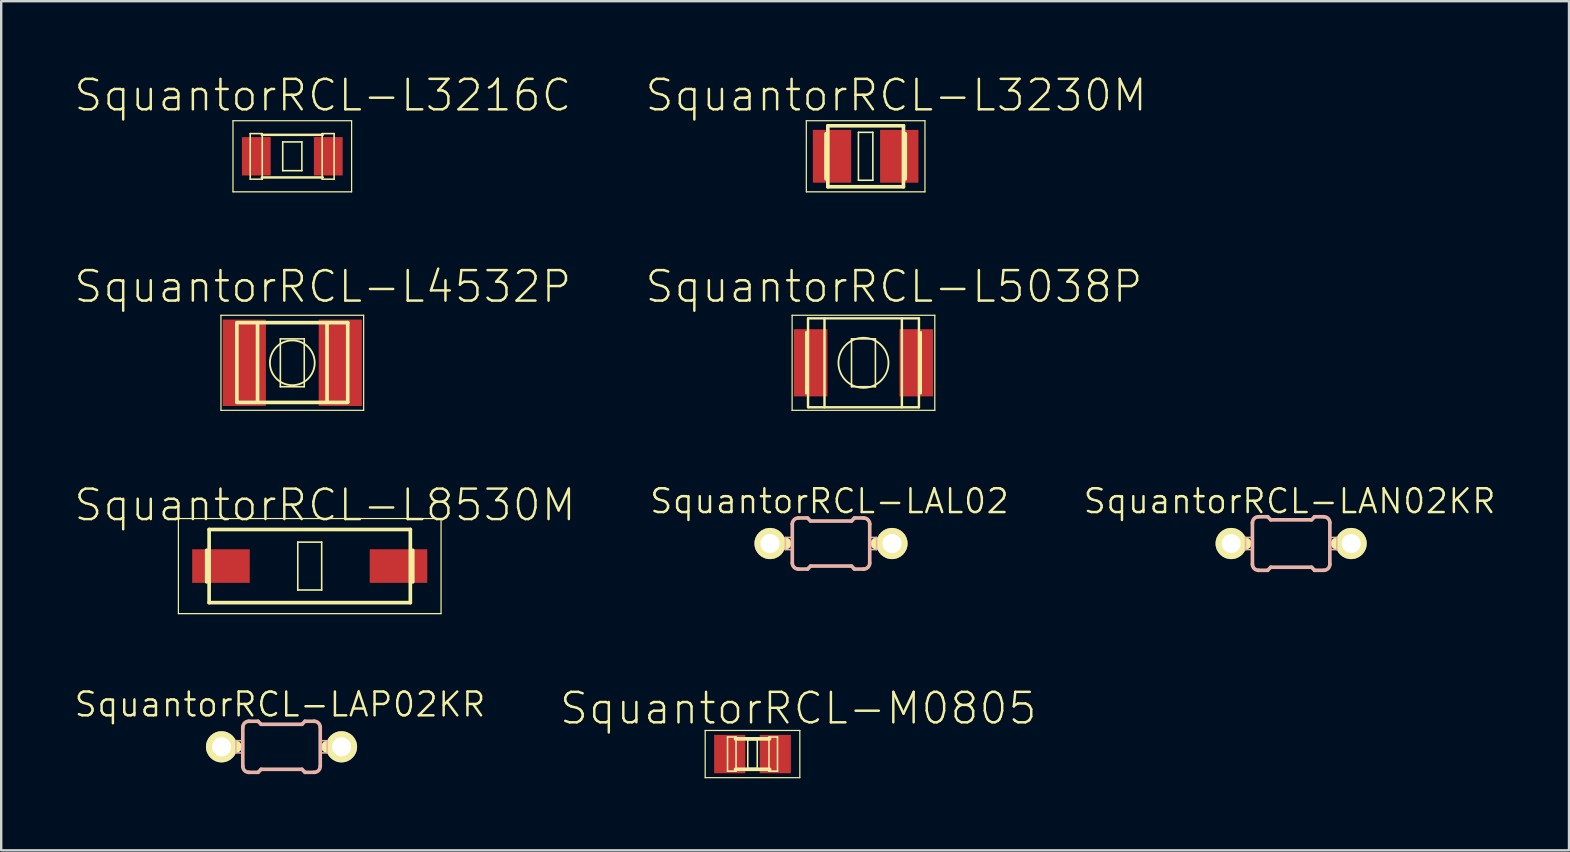
<source format=kicad_pcb>
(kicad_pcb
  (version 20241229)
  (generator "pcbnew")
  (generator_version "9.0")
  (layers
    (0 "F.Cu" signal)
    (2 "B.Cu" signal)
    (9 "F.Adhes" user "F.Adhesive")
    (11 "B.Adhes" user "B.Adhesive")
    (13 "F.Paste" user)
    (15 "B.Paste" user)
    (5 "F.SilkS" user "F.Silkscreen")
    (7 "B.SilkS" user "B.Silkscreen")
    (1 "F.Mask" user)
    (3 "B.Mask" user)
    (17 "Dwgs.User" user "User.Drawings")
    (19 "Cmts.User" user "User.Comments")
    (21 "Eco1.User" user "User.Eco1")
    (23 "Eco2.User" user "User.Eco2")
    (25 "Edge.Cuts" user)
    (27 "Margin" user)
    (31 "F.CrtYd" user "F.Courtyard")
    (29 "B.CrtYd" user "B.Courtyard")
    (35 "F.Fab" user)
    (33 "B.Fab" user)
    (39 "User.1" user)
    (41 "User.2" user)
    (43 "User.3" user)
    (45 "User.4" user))
  (footprint "SquantorRCL-L3230M"
    (layer "F.Cu")
    (at 33.012 3.461)
    (property "Reference" "SquantorRCL-L3230M" (at 1.27 -2.54 0) (layer "F.SilkS") (effects (font (size 1.27 1.27) (thickness 0.102))))
    (attr smd)
    (fp_line (start -2.471 -1.481) (end 2.471 -1.481) (stroke (width 0.051) (type solid)) (layer "F.SilkS"))
    (fp_line (start -2.471 1.481) (end -2.471 -1.481) (stroke (width 0.051) (type solid)) (layer "F.SilkS"))
    (fp_line (start -1.651 -0.94) (end -1.651 0.94) (stroke (width 0.152) (type solid)) (layer "F.SilkS"))
    (fp_line (start -1.575 -1.27) (end 1.575 -1.27) (stroke (width 0.152) (type solid)) (layer "F.SilkS"))
    (fp_line (start -1.575 1.27) (end -1.575 -1.27) (stroke (width 0.152) (type solid)) (layer "F.SilkS"))
    (fp_line (start -0.3 -0.998) (end 0.3 -0.998) (stroke (width 0.066) (type solid)) (layer "F.SilkS"))
    (fp_line (start -0.3 0.998) (end -0.3 -0.998) (stroke (width 0.066) (type solid)) (layer "F.SilkS"))
    (fp_line (start -0.3 0.998) (end 0.3 0.998) (stroke (width 0.066) (type solid)) (layer "F.SilkS"))
    (fp_line (start 0.3 0.998) (end 0.3 -0.998) (stroke (width 0.066) (type solid)) (layer "F.SilkS"))
    (fp_line (start 1.575 -1.27) (end 1.575 1.27) (stroke (width 0.152) (type solid)) (layer "F.SilkS"))
    (fp_line (start 1.575 1.27) (end -1.575 1.27) (stroke (width 0.152) (type solid)) (layer "F.SilkS"))
    (fp_line (start 1.651 -0.94) (end 1.651 0.94) (stroke (width 0.152) (type solid)) (layer "F.SilkS"))
    (fp_line (start 2.471 -1.481) (end 2.471 1.481) (stroke (width 0.051) (type solid)) (layer "F.SilkS"))
    (fp_line (start 2.471 1.481) (end -2.471 1.481) (stroke (width 0.051) (type solid)) (layer "F.SilkS"))
    (pad "1" smd rect (at -1.4 0) (size 1.598 2.2) (layers "F.Cu" "F.Mask" "F.Paste"))
    (pad "2" smd rect (at 1.4 0) (size 1.598 2.2) (layers "F.Cu" "F.Mask" "F.Paste")))
  (footprint "SquantorRCL-L3216C"
    (layer "F.Cu")
    (at 9.127 3.461)
    (property "Reference" "SquantorRCL-L3216C" (at 1.27 -2.54 0) (layer "F.SilkS") (effects (font (size 1.27 1.27) (thickness 0.102))))
    (attr smd)
    (fp_line (start -2.471 -1.481) (end 2.471 -1.481) (stroke (width 0.051) (type solid)) (layer "F.SilkS"))
    (fp_line (start -2.471 1.481) (end -2.471 -1.481) (stroke (width 0.051) (type solid)) (layer "F.SilkS"))
    (fp_line (start -1.753 -0.945) (end -1.252 -0.945) (stroke (width 0.066) (type solid)) (layer "F.SilkS"))
    (fp_line (start -1.753 0.953) (end -1.753 -0.945) (stroke (width 0.066) (type solid)) (layer "F.SilkS"))
    (fp_line (start -1.753 0.953) (end -1.252 0.953) (stroke (width 0.066) (type solid)) (layer "F.SilkS"))
    (fp_line (start -1.27 -0.894) (end 1.27 -0.894) (stroke (width 0.102) (type solid)) (layer "F.SilkS"))
    (fp_line (start -1.27 0.881) (end 1.27 0.881) (stroke (width 0.102) (type solid)) (layer "F.SilkS"))
    (fp_line (start -1.252 0.953) (end -1.252 -0.945) (stroke (width 0.066) (type solid)) (layer "F.SilkS"))
    (fp_line (start -0.399 -0.599) (end 0.399 -0.599) (stroke (width 0.066) (type solid)) (layer "F.SilkS"))
    (fp_line (start -0.399 0.599) (end -0.399 -0.599) (stroke (width 0.066) (type solid)) (layer "F.SilkS"))
    (fp_line (start -0.399 0.599) (end 0.399 0.599) (stroke (width 0.066) (type solid)) (layer "F.SilkS"))
    (fp_line (start 0.399 0.599) (end 0.399 -0.599) (stroke (width 0.066) (type solid)) (layer "F.SilkS"))
    (fp_line (start 1.245 -0.945) (end 1.742 -0.945) (stroke (width 0.066) (type solid)) (layer "F.SilkS"))
    (fp_line (start 1.245 0.953) (end 1.245 -0.945) (stroke (width 0.066) (type solid)) (layer "F.SilkS"))
    (fp_line (start 1.245 0.953) (end 1.742 0.953) (stroke (width 0.066) (type solid)) (layer "F.SilkS"))
    (fp_line (start 1.742 0.953) (end 1.742 -0.945) (stroke (width 0.066) (type solid)) (layer "F.SilkS"))
    (fp_line (start 2.471 -1.481) (end 2.471 1.481) (stroke (width 0.051) (type solid)) (layer "F.SilkS"))
    (fp_line (start 2.471 1.481) (end -2.471 1.481) (stroke (width 0.051) (type solid)) (layer "F.SilkS"))
    (pad "1" smd rect (at -1.499 0) (size 1.199 1.598) (layers "F.Cu" "F.Mask" "F.Paste"))
    (pad "2" smd rect (at 1.499 0) (size 1.199 1.598) (layers "F.Cu" "F.Mask" "F.Paste")))
  (footprint "SquantorRCL-L4532P"
    (layer "F.Cu")
    (at 9.127 12.064)
    (property "Reference" "SquantorRCL-L4532P" (at 1.27 -3.175 0) (layer "F.SilkS") (effects (font (size 1.27 1.27) (thickness 0.102))))
    (attr smd)
    (fp_line (start -2.972 -1.981) (end 2.972 -1.981) (stroke (width 0.051) (type solid)) (layer "F.SilkS"))
    (fp_line (start -2.972 1.981) (end -2.972 -1.981) (stroke (width 0.051) (type solid)) (layer "F.SilkS"))
    (fp_line (start -2.309 -1.674) (end 2.309 -1.674) (stroke (width 0.152) (type solid)) (layer "F.SilkS"))
    (fp_line (start -2.309 -1.626) (end -2.309 1.626) (stroke (width 0.152) (type solid)) (layer "F.SilkS"))
    (fp_line (start -2.309 1.651) (end 2.309 1.651) (stroke (width 0.152) (type solid)) (layer "F.SilkS"))
    (fp_line (start -1.448 -1.651) (end -1.448 1.626) (stroke (width 0.152) (type solid)) (layer "F.SilkS"))
    (fp_line (start -0.498 -0.998) (end 0.498 -0.998) (stroke (width 0.066) (type solid)) (layer "F.SilkS"))
    (fp_line (start -0.498 0.998) (end -0.498 -0.998) (stroke (width 0.066) (type solid)) (layer "F.SilkS"))
    (fp_line (start -0.498 0.998) (end 0.498 0.998) (stroke (width 0.066) (type solid)) (layer "F.SilkS"))
    (fp_line (start 0.498 0.998) (end 0.498 -0.998) (stroke (width 0.066) (type solid)) (layer "F.SilkS"))
    (fp_line (start 1.448 -1.626) (end 1.448 1.626) (stroke (width 0.152) (type solid)) (layer "F.SilkS"))
    (fp_line (start 2.309 -1.674) (end 2.309 1.626) (stroke (width 0.152) (type solid)) (layer "F.SilkS"))
    (fp_line (start 2.972 -1.981) (end 2.972 1.981) (stroke (width 0.051) (type solid)) (layer "F.SilkS"))
    (fp_line (start 2.972 1.981) (end -2.972 1.981) (stroke (width 0.051) (type solid)) (layer "F.SilkS"))
    (fp_circle (center 0 0) (end -0.66 0.66) (stroke (width 0.076) (type solid)) (fill no) (layer "F.SilkS"))
    (pad "1" smd rect (at -1.999 0) (size 1.798 3.599) (layers "F.Cu" "F.Mask" "F.Paste"))
    (pad "2" smd rect (at 1.999 0) (size 1.798 3.599) (layers "F.Cu" "F.Mask" "F.Paste")))
  (footprint "SquantorRCL-M0805"
    (layer "F.Cu")
    (at 28.299 28.364)
    (property "Reference" "SquantorRCL-M0805" (at 1.905 -1.905 0) (layer "F.SilkS") (effects (font (size 1.27 1.27) (thickness 0.102))))
    (attr smd)
    (fp_line (start -1.971 -0.983) (end 1.971 -0.983) (stroke (width 0.051) (type solid)) (layer "F.SilkS"))
    (fp_line (start -1.971 0.983) (end -1.971 -0.983) (stroke (width 0.051) (type solid)) (layer "F.SilkS"))
    (fp_line (start -1.041 -0.711) (end -0.686 -0.711) (stroke (width 0.066) (type solid)) (layer "F.SilkS"))
    (fp_line (start -1.041 0.711) (end -1.041 -0.711) (stroke (width 0.066) (type solid)) (layer "F.SilkS"))
    (fp_line (start -1.041 0.711) (end -0.686 0.711) (stroke (width 0.066) (type solid)) (layer "F.SilkS"))
    (fp_line (start -0.686 0.711) (end -0.686 -0.711) (stroke (width 0.066) (type solid)) (layer "F.SilkS"))
    (fp_line (start -0.198 -0.599) (end 0.198 -0.599) (stroke (width 0.066) (type solid)) (layer "F.SilkS"))
    (fp_line (start -0.198 0.599) (end -0.198 -0.599) (stroke (width 0.066) (type solid)) (layer "F.SilkS"))
    (fp_line (start -0.198 0.599) (end 0.198 0.599) (stroke (width 0.066) (type solid)) (layer "F.SilkS"))
    (fp_line (start 0.198 0.599) (end 0.198 -0.599) (stroke (width 0.066) (type solid)) (layer "F.SilkS"))
    (fp_line (start 0.686 -0.711) (end 1.041 -0.711) (stroke (width 0.066) (type solid)) (layer "F.SilkS"))
    (fp_line (start 0.686 0.711) (end 0.686 -0.711) (stroke (width 0.066) (type solid)) (layer "F.SilkS"))
    (fp_line (start 0.686 0.711) (end 1.041 0.711) (stroke (width 0.066) (type solid)) (layer "F.SilkS"))
    (fp_line (start 0.711 -0.635) (end -0.711 -0.635) (stroke (width 0.152) (type solid)) (layer "F.SilkS"))
    (fp_line (start 0.711 0.635) (end -0.711 0.635) (stroke (width 0.152) (type solid)) (layer "F.SilkS"))
    (fp_line (start 1.041 0.711) (end 1.041 -0.711) (stroke (width 0.066) (type solid)) (layer "F.SilkS"))
    (fp_line (start 1.971 -0.983) (end 1.971 0.983) (stroke (width 0.051) (type solid)) (layer "F.SilkS"))
    (fp_line (start 1.971 0.983) (end -1.971 0.983) (stroke (width 0.051) (type solid)) (layer "F.SilkS"))
    (pad "1" smd rect (at -0.95 0) (size 1.298 1.598) (layers "F.Cu" "F.Mask" "F.Paste"))
    (pad "2" smd rect (at 0.95 0) (size 1.298 1.598) (layers "F.Cu" "F.Mask" "F.Paste")))
  (footprint "SquantorRCL-LAN02KR"
    (layer "F.Cu")
    (at 50.738 19.593)
    (property "Reference" "SquantorRCL-LAN02KR" (at -0.064 -1.765 0) (layer "F.SilkS") (effects (font (size 0.991 0.991) (thickness 0.102))))
    (attr exclude_from_pos_files exclude_from_bom)
    (fp_line (start -2.499 0) (end -1.905 0) (stroke (width 0.508) (type solid)) (layer "F.SilkS"))
    (fp_line (start 2.499 0) (end 1.905 0) (stroke (width 0.508) (type solid)) (layer "F.SilkS"))
    (fp_line (start -1.9 -0.254) (end -1.613 -0.254) (stroke (width 0.066) (type solid)) (layer "B.SilkS"))
    (fp_line (start -1.9 0.254) (end -1.9 -0.254) (stroke (width 0.066) (type solid)) (layer "B.SilkS"))
    (fp_line (start -1.9 0.254) (end -1.613 0.254) (stroke (width 0.066) (type solid)) (layer "B.SilkS"))
    (fp_line (start -1.613 0.254) (end -1.613 -0.254) (stroke (width 0.066) (type solid)) (layer "B.SilkS"))
    (fp_line (start -1.613 0.861) (end -1.613 -0.861) (stroke (width 0.152) (type solid)) (layer "B.SilkS"))
    (fp_line (start -1.359 -1.115) (end -0.978 -1.115) (stroke (width 0.152) (type solid)) (layer "B.SilkS"))
    (fp_line (start -1.359 1.115) (end -0.978 1.115) (stroke (width 0.152) (type solid)) (layer "B.SilkS"))
    (fp_line (start -0.851 -0.988) (end -0.978 -1.115) (stroke (width 0.152) (type solid)) (layer "B.SilkS"))
    (fp_line (start -0.851 0.988) (end -0.978 1.115) (stroke (width 0.152) (type solid)) (layer "B.SilkS"))
    (fp_line (start 0.851 -0.988) (end -0.851 -0.988) (stroke (width 0.152) (type solid)) (layer "B.SilkS"))
    (fp_line (start 0.851 -0.988) (end 0.978 -1.115) (stroke (width 0.152) (type solid)) (layer "B.SilkS"))
    (fp_line (start 0.851 0.988) (end -0.851 0.988) (stroke (width 0.152) (type solid)) (layer "B.SilkS"))
    (fp_line (start 0.851 0.988) (end 0.978 1.115) (stroke (width 0.152) (type solid)) (layer "B.SilkS"))
    (fp_line (start 1.359 -1.115) (end 0.978 -1.115) (stroke (width 0.152) (type solid)) (layer "B.SilkS"))
    (fp_line (start 1.359 1.115) (end 0.978 1.115) (stroke (width 0.152) (type solid)) (layer "B.SilkS"))
    (fp_line (start 1.613 -0.254) (end 1.9 -0.254) (stroke (width 0.066) (type solid)) (layer "B.SilkS"))
    (fp_line (start 1.613 0.254) (end 1.613 -0.254) (stroke (width 0.066) (type solid)) (layer "B.SilkS"))
    (fp_line (start 1.613 0.254) (end 1.9 0.254) (stroke (width 0.066) (type solid)) (layer "B.SilkS"))
    (fp_line (start 1.613 0.861) (end 1.613 -0.861) (stroke (width 0.152) (type solid)) (layer "B.SilkS"))
    (fp_line (start 1.9 0.254) (end 1.9 -0.254) (stroke (width 0.066) (type solid)) (layer "B.SilkS"))
    (fp_arc (start -1.6129 -0.86106) (mid -1.538505 -1.040665) (end -1.3589 -1.11506) (stroke (width 0.1524) (type solid)) (layer "B.SilkS"))
    (fp_arc (start -1.3589 1.11506) (mid -1.538505 1.040665) (end -1.6129 0.86106) (stroke (width 0.1524) (type solid)) (layer "B.SilkS"))
    (fp_arc (start 1.3589 -1.11506) (mid 1.538505 -1.040665) (end 1.6129 -0.86106) (stroke (width 0.1524) (type solid)) (layer "B.SilkS"))
    (fp_arc (start 1.6129 0.86106) (mid 1.538505 1.040665) (end 1.3589 1.11506) (stroke (width 0.1524) (type solid)) (layer "B.SilkS"))
    (pad "1" thru_hole circle (at -2.499 0) (size 1.298 1.298) (drill 0.798) (layers "*.Cu" "F.Mask" "F.SilkS" "F.Paste"))
    (pad "2" thru_hole circle (at 2.499 0) (size 1.298 1.298) (drill 0.798) (layers "*.Cu" "F.Mask" "F.SilkS" "F.Paste")))
  (footprint "SquantorRCL-L8530M"
    (layer "F.Cu")
    (at 9.853 20.532)
    (property "Reference" "SquantorRCL-L8530M" (at 0.635 -2.54 0) (layer "F.SilkS") (effects (font (size 1.27 1.27) (thickness 0.102))))
    (attr smd)
    (fp_line (start -5.471 -1.981) (end 5.471 -1.981) (stroke (width 0.051) (type solid)) (layer "F.SilkS"))
    (fp_line (start -5.471 1.981) (end -5.471 -1.981) (stroke (width 0.051) (type solid)) (layer "F.SilkS"))
    (fp_line (start -4.293 0.658) (end -4.293 -0.658) (stroke (width 0.152) (type solid)) (layer "F.SilkS"))
    (fp_line (start -4.191 1.524) (end -4.191 -1.524) (stroke (width 0.152) (type solid)) (layer "F.SilkS"))
    (fp_line (start -0.498 -0.998) (end 0.498 -0.998) (stroke (width 0.066) (type solid)) (layer "F.SilkS"))
    (fp_line (start -0.498 0.998) (end -0.498 -0.998) (stroke (width 0.066) (type solid)) (layer "F.SilkS"))
    (fp_line (start -0.498 0.998) (end 0.498 0.998) (stroke (width 0.066) (type solid)) (layer "F.SilkS"))
    (fp_line (start 0.498 0.998) (end 0.498 -0.998) (stroke (width 0.066) (type solid)) (layer "F.SilkS"))
    (fp_line (start 4.191 -1.524) (end -4.191 -1.524) (stroke (width 0.152) (type solid)) (layer "F.SilkS"))
    (fp_line (start 4.191 1.524) (end -4.191 1.524) (stroke (width 0.152) (type solid)) (layer "F.SilkS"))
    (fp_line (start 4.191 1.524) (end 4.191 -1.524) (stroke (width 0.152) (type solid)) (layer "F.SilkS"))
    (fp_line (start 4.293 0.658) (end 4.293 -0.658) (stroke (width 0.152) (type solid)) (layer "F.SilkS"))
    (fp_line (start 5.471 -1.981) (end 5.471 1.981) (stroke (width 0.051) (type solid)) (layer "F.SilkS"))
    (fp_line (start 5.471 1.981) (end -5.471 1.981) (stroke (width 0.051) (type solid)) (layer "F.SilkS"))
    (pad "1" smd rect (at -3.698 0) (size 2.398 1.4) (layers "F.Cu" "F.Mask" "F.Paste"))
    (pad "2" smd rect (at 3.698 0) (size 2.398 1.4) (layers "F.Cu" "F.Mask" "F.Paste")))
  (footprint "SquantorRCL-L5038P"
    (layer "F.Cu")
    (at 32.921 12.064)
    (property "Reference" "SquantorRCL-L5038P" (at 1.27 -3.175 0) (layer "F.SilkS") (effects (font (size 1.27 1.27) (thickness 0.102))))
    (attr smd)
    (fp_line (start -2.972 -1.981) (end 2.972 -1.981) (stroke (width 0.051) (type solid)) (layer "F.SilkS"))
    (fp_line (start -2.972 1.981) (end -2.972 -1.981) (stroke (width 0.051) (type solid)) (layer "F.SilkS"))
    (fp_line (start -2.385 1.27) (end -2.385 -1.27) (stroke (width 0.102) (type solid)) (layer "F.SilkS"))
    (fp_line (start -2.309 1.852) (end -2.309 -1.852) (stroke (width 0.102) (type solid)) (layer "F.SilkS"))
    (fp_line (start -2.286 -1.852) (end 2.309 -1.852) (stroke (width 0.102) (type solid)) (layer "F.SilkS"))
    (fp_line (start -2.286 1.854) (end 2.309 1.854) (stroke (width 0.102) (type solid)) (layer "F.SilkS"))
    (fp_line (start -1.623 1.852) (end -1.623 -1.852) (stroke (width 0.102) (type solid)) (layer "F.SilkS"))
    (fp_line (start -0.498 -0.998) (end 0.498 -0.998) (stroke (width 0.066) (type solid)) (layer "F.SilkS"))
    (fp_line (start -0.498 0.998) (end -0.498 -0.998) (stroke (width 0.066) (type solid)) (layer "F.SilkS"))
    (fp_line (start -0.498 0.998) (end 0.498 0.998) (stroke (width 0.066) (type solid)) (layer "F.SilkS"))
    (fp_line (start 0.498 0.998) (end 0.498 -0.998) (stroke (width 0.066) (type solid)) (layer "F.SilkS"))
    (fp_line (start 1.6 1.852) (end 1.6 -1.852) (stroke (width 0.102) (type solid)) (layer "F.SilkS"))
    (fp_line (start 2.311 1.852) (end 2.311 -1.852) (stroke (width 0.102) (type solid)) (layer "F.SilkS"))
    (fp_line (start 2.388 1.27) (end 2.388 -1.27) (stroke (width 0.102) (type solid)) (layer "F.SilkS"))
    (fp_line (start 2.972 -1.981) (end 2.972 1.981) (stroke (width 0.051) (type solid)) (layer "F.SilkS"))
    (fp_line (start 2.972 1.981) (end -2.972 1.981) (stroke (width 0.051) (type solid)) (layer "F.SilkS"))
    (fp_circle (center 0 0) (end -0.737 0.737) (stroke (width 0.076) (type solid)) (fill no) (layer "F.SilkS"))
    (pad "1" smd rect (at -2.2 0) (size 1.4 2.799) (layers "F.Cu" "F.Mask" "F.Paste"))
    (pad "2" smd rect (at 2.2 0) (size 1.4 2.799) (layers "F.Cu" "F.Mask" "F.Paste")))
  (footprint "SquantorRCL-LAL02"
    (layer "F.Cu")
    (at 31.569 19.593)
    (property "Reference" "SquantorRCL-LAL02" (at -0.064 -1.765 0) (layer "F.SilkS") (effects (font (size 0.991 0.991) (thickness 0.102))))
    (attr exclude_from_pos_files exclude_from_bom)
    (fp_line (start -2.54 0) (end -1.905 0) (stroke (width 0.508) (type solid)) (layer "F.SilkS"))
    (fp_line (start 2.54 0) (end 1.905 0) (stroke (width 0.508) (type solid)) (layer "F.SilkS"))
    (fp_line (start -1.9 -0.254) (end -1.613 -0.254) (stroke (width 0.066) (type solid)) (layer "B.SilkS"))
    (fp_line (start -1.9 0.254) (end -1.9 -0.254) (stroke (width 0.066) (type solid)) (layer "B.SilkS"))
    (fp_line (start -1.9 0.254) (end -1.613 0.254) (stroke (width 0.066) (type solid)) (layer "B.SilkS"))
    (fp_line (start -1.613 0.254) (end -1.613 -0.254) (stroke (width 0.066) (type solid)) (layer "B.SilkS"))
    (fp_line (start -1.613 0.81) (end -1.613 -0.81) (stroke (width 0.152) (type solid)) (layer "B.SilkS"))
    (fp_line (start -1.359 -1.064) (end -0.978 -1.064) (stroke (width 0.152) (type solid)) (layer "B.SilkS"))
    (fp_line (start -1.359 1.064) (end -0.978 1.064) (stroke (width 0.152) (type solid)) (layer "B.SilkS"))
    (fp_line (start -0.851 -0.937) (end -0.978 -1.064) (stroke (width 0.152) (type solid)) (layer "B.SilkS"))
    (fp_line (start -0.851 0.937) (end -0.978 1.064) (stroke (width 0.152) (type solid)) (layer "B.SilkS"))
    (fp_line (start 0.851 -0.937) (end -0.851 -0.937) (stroke (width 0.152) (type solid)) (layer "B.SilkS"))
    (fp_line (start 0.851 -0.937) (end 0.978 -1.064) (stroke (width 0.152) (type solid)) (layer "B.SilkS"))
    (fp_line (start 0.851 0.937) (end -0.851 0.937) (stroke (width 0.152) (type solid)) (layer "B.SilkS"))
    (fp_line (start 0.851 0.937) (end 0.978 1.064) (stroke (width 0.152) (type solid)) (layer "B.SilkS"))
    (fp_line (start 1.359 -1.064) (end 0.978 -1.064) (stroke (width 0.152) (type solid)) (layer "B.SilkS"))
    (fp_line (start 1.359 1.064) (end 0.978 1.064) (stroke (width 0.152) (type solid)) (layer "B.SilkS"))
    (fp_line (start 1.613 -0.254) (end 1.9 -0.254) (stroke (width 0.066) (type solid)) (layer "B.SilkS"))
    (fp_line (start 1.613 0.254) (end 1.613 -0.254) (stroke (width 0.066) (type solid)) (layer "B.SilkS"))
    (fp_line (start 1.613 0.254) (end 1.9 0.254) (stroke (width 0.066) (type solid)) (layer "B.SilkS"))
    (fp_line (start 1.613 0.81) (end 1.613 -0.81) (stroke (width 0.152) (type solid)) (layer "B.SilkS"))
    (fp_line (start 1.9 0.254) (end 1.9 -0.254) (stroke (width 0.066) (type solid)) (layer "B.SilkS"))
    (fp_arc (start -1.6129 -0.81026) (mid -1.538505 -0.989865) (end -1.3589 -1.06426) (stroke (width 0.1524) (type solid)) (layer "B.SilkS"))
    (fp_arc (start -1.3589 1.06426) (mid -1.538505 0.989865) (end -1.6129 0.81026) (stroke (width 0.1524) (type solid)) (layer "B.SilkS"))
    (fp_arc (start 1.3589 -1.06426) (mid 1.538505 -0.989865) (end 1.6129 -0.81026) (stroke (width 0.1524) (type solid)) (layer "B.SilkS"))
    (fp_arc (start 1.6129 0.81026) (mid 1.538505 0.989865) (end 1.3589 1.06426) (stroke (width 0.1524) (type solid)) (layer "B.SilkS"))
    (pad "1" thru_hole circle (at -2.54 0) (size 1.298 1.298) (drill 0.798) (layers "*.Cu" "F.Mask" "F.SilkS" "F.Paste"))
    (pad "2" thru_hole circle (at 2.54 0) (size 1.298 1.298) (drill 0.798) (layers "*.Cu" "F.Mask" "F.SilkS" "F.Paste")))
  (footprint "SquantorRCL-LAP02KR"
    (layer "F.Cu")
    (at 8.678 28.061)
    (property "Reference" "SquantorRCL-LAP02KR" (at -0.064 -1.765 0) (layer "F.SilkS") (effects (font (size 0.991 0.991) (thickness 0.102))))
    (attr exclude_from_pos_files exclude_from_bom)
    (fp_line (start -2.499 0) (end -1.905 0) (stroke (width 0.508) (type solid)) (layer "F.SilkS"))
    (fp_line (start 2.499 0) (end 1.905 0) (stroke (width 0.508) (type solid)) (layer "F.SilkS"))
    (fp_line (start -1.9 -0.254) (end -1.613 -0.254) (stroke (width 0.066) (type solid)) (layer "B.SilkS"))
    (fp_line (start -1.9 0.254) (end -1.9 -0.254) (stroke (width 0.066) (type solid)) (layer "B.SilkS"))
    (fp_line (start -1.9 0.254) (end -1.613 0.254) (stroke (width 0.066) (type solid)) (layer "B.SilkS"))
    (fp_line (start -1.613 0.254) (end -1.613 -0.254) (stroke (width 0.066) (type solid)) (layer "B.SilkS"))
    (fp_line (start -1.613 0.81) (end -1.613 -0.81) (stroke (width 0.152) (type solid)) (layer "B.SilkS"))
    (fp_line (start -1.359 -1.064) (end -0.978 -1.064) (stroke (width 0.152) (type solid)) (layer "B.SilkS"))
    (fp_line (start -1.359 1.064) (end -0.978 1.064) (stroke (width 0.152) (type solid)) (layer "B.SilkS"))
    (fp_line (start -0.851 -0.937) (end -0.978 -1.064) (stroke (width 0.152) (type solid)) (layer "B.SilkS"))
    (fp_line (start -0.851 0.937) (end -0.978 1.064) (stroke (width 0.152) (type solid)) (layer "B.SilkS"))
    (fp_line (start 0.851 -0.937) (end -0.851 -0.937) (stroke (width 0.152) (type solid)) (layer "B.SilkS"))
    (fp_line (start 0.851 -0.937) (end 0.978 -1.064) (stroke (width 0.152) (type solid)) (layer "B.SilkS"))
    (fp_line (start 0.851 0.937) (end -0.851 0.937) (stroke (width 0.152) (type solid)) (layer "B.SilkS"))
    (fp_line (start 0.851 0.937) (end 0.978 1.064) (stroke (width 0.152) (type solid)) (layer "B.SilkS"))
    (fp_line (start 1.359 -1.064) (end 0.978 -1.064) (stroke (width 0.152) (type solid)) (layer "B.SilkS"))
    (fp_line (start 1.359 1.064) (end 0.978 1.064) (stroke (width 0.152) (type solid)) (layer "B.SilkS"))
    (fp_line (start 1.613 -0.254) (end 1.9 -0.254) (stroke (width 0.066) (type solid)) (layer "B.SilkS"))
    (fp_line (start 1.613 0.254) (end 1.613 -0.254) (stroke (width 0.066) (type solid)) (layer "B.SilkS"))
    (fp_line (start 1.613 0.254) (end 1.9 0.254) (stroke (width 0.066) (type solid)) (layer "B.SilkS"))
    (fp_line (start 1.613 0.81) (end 1.613 -0.81) (stroke (width 0.152) (type solid)) (layer "B.SilkS"))
    (fp_line (start 1.9 0.254) (end 1.9 -0.254) (stroke (width 0.066) (type solid)) (layer "B.SilkS"))
    (fp_arc (start -1.6129 -0.81026) (mid -1.538505 -0.989865) (end -1.3589 -1.06426) (stroke (width 0.1524) (type solid)) (layer "B.SilkS"))
    (fp_arc (start -1.3589 1.06426) (mid -1.538505 0.989865) (end -1.6129 0.81026) (stroke (width 0.1524) (type solid)) (layer "B.SilkS"))
    (fp_arc (start 1.3589 -1.06426) (mid 1.538505 -0.989865) (end 1.6129 -0.81026) (stroke (width 0.1524) (type solid)) (layer "B.SilkS"))
    (fp_arc (start 1.6129 0.81026) (mid 1.538505 0.989865) (end 1.3589 1.06426) (stroke (width 0.1524) (type solid)) (layer "B.SilkS"))
    (pad "1" thru_hole circle (at -2.499 0) (size 1.298 1.298) (drill 0.798) (layers "*.Cu" "F.Mask" "F.SilkS" "F.Paste"))
    (pad "2" thru_hole circle (at 2.499 0) (size 1.298 1.298) (drill 0.798) (layers "*.Cu" "F.Mask" "F.SilkS" "F.Paste")))
  (gr_rect
    (start -3 -3)
    (end 62.313 32.373)
    (stroke (width 0.1) (type default))
    (fill no)
    (layer "Edge.Cuts")))
</source>
